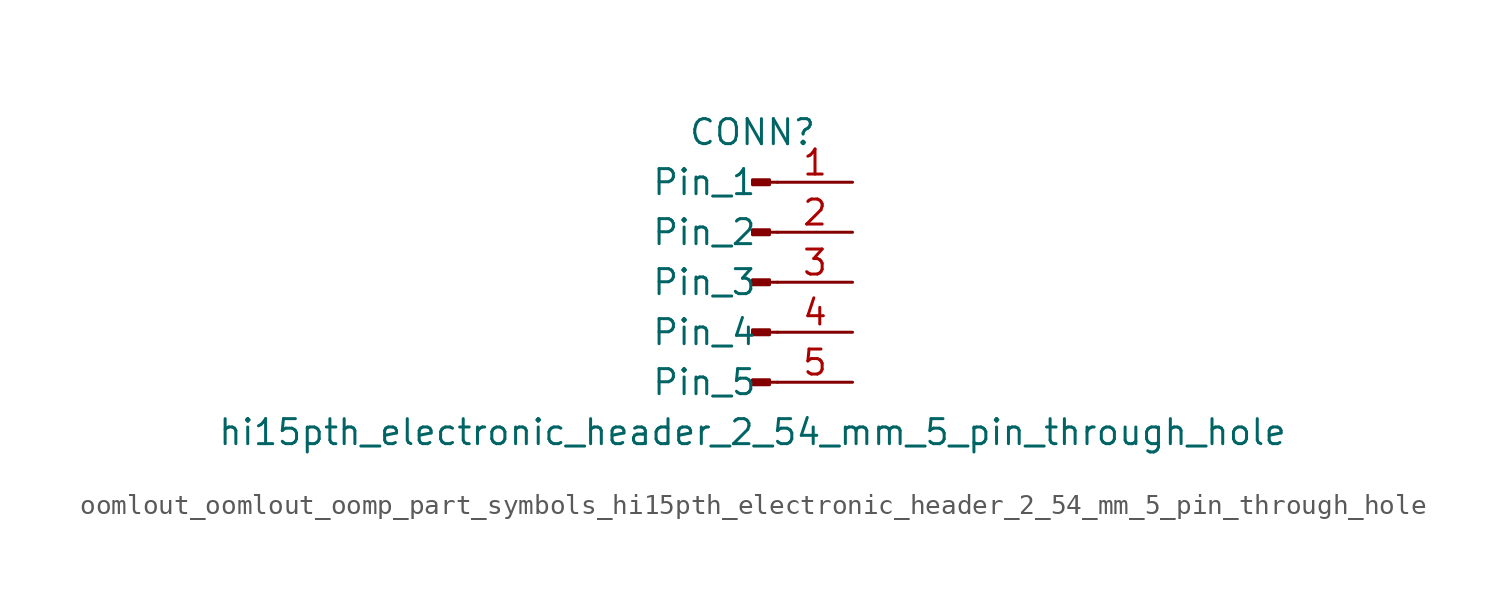
<source format=kicad_sym>
(kicad_symbol_lib
  (version 20220914)
  (generator kicad_symbol_editor)
  (symbol "oomlout_oomlout_oomp_part_symbols_hi15pth_electronic_header_2_54_mm_5_pin_through_hole"
    (pin_names
      (offset 1.016))
    (property "Reference" "CONN"
      (at 0 7.62 0)
      (effects (font (size 1.27 1.27))))
    (property "Value" "hi15pth_electronic_header_2_54_mm_5_pin_through_hole"
      (at 0 -7.62 0)
      (effects (font (size 1.27 1.27))))
    (property "ki_locked" ""
      (at 0 0 0)
      (effects (font (size 1.27 1.27))))
    (symbol "oomlout_oomlout_oomp_part_symbols_hi15pth_electronic_header_2_54_mm_5_pin_through_hole_1_1"
      (polyline (pts (xy 1.27 -5.08) (xy 0.864 -5.08)) (stroke (width 0.152) (type default)) (fill (type none)))
      (polyline (pts (xy 1.27 -2.54) (xy 0.864 -2.54)) (stroke (width 0.152) (type default)) (fill (type none)))
      (polyline (pts (xy 1.27 0) (xy 0.864 0)) (stroke (width 0.152) (type default)) (fill (type none)))
      (polyline (pts (xy 1.27 2.54) (xy 0.864 2.54)) (stroke (width 0.152) (type default)) (fill (type none)))
      (polyline (pts (xy 1.27 5.08) (xy 0.864 5.08)) (stroke (width 0.152) (type default)) (fill (type none)))
      (rectangle (start 0.864 -4.953) (end 0 -5.207) (stroke (width 0.152) (type default)) (fill (type outline)))
      (rectangle (start 0.864 -2.413) (end 0 -2.667) (stroke (width 0.152) (type default)) (fill (type outline)))
      (rectangle (start 0.864 0.127) (end 0 -0.127) (stroke (width 0.152) (type default)) (fill (type outline)))
      (rectangle (start 0.864 2.667) (end 0 2.413) (stroke (width 0.152) (type default)) (fill (type outline)))
      (rectangle (start 0.864 5.207) (end 0 4.953) (stroke (width 0.152) (type default)) (fill (type outline)))
      (pin passive line (at 5.08 5.08 180) (length 3.81) (name "Pin_1" (effects (font (size 1.27 1.27)))) (number "1" (effects (font (size 1.27 1.27)))))
      (pin passive line (at 5.08 2.54 180) (length 3.81) (name "Pin_2" (effects (font (size 1.27 1.27)))) (number "2" (effects (font (size 1.27 1.27)))))
      (pin passive line (at 5.08 0 180) (length 3.81) (name "Pin_3" (effects (font (size 1.27 1.27)))) (number "3" (effects (font (size 1.27 1.27)))))
      (pin passive line (at 5.08 -2.54 180) (length 3.81) (name "Pin_4" (effects (font (size 1.27 1.27)))) (number "4" (effects (font (size 1.27 1.27)))))
      (pin passive line (at 5.08 -5.08 180) (length 3.81) (name "Pin_5" (effects (font (size 1.27 1.27)))) (number "5" (effects (font (size 1.27 1.27))))))))
</source>
